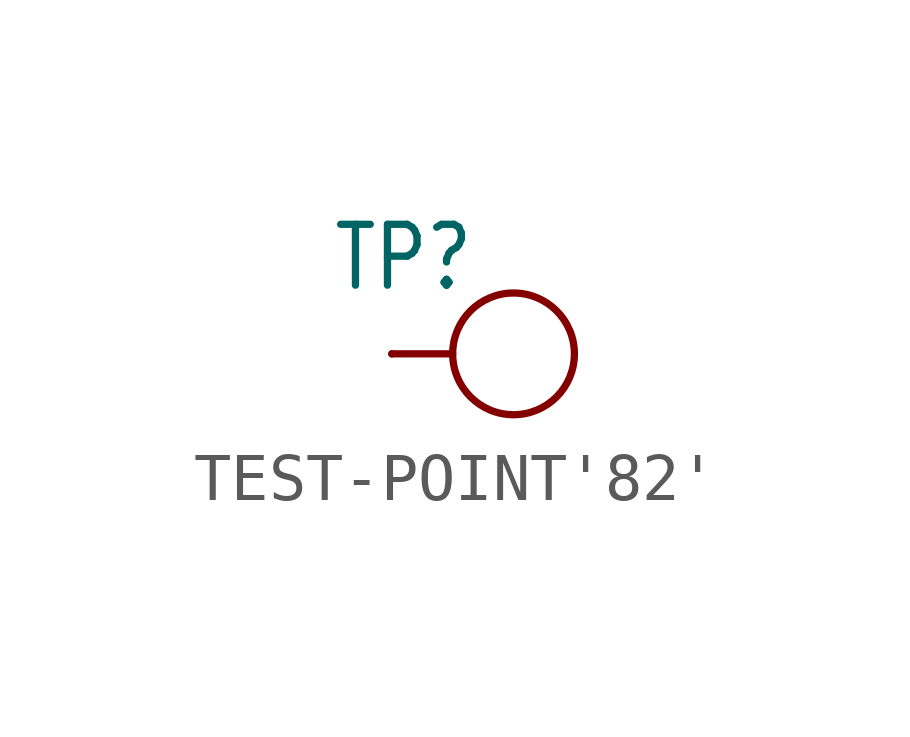
<source format=kicad_sym>
(kicad_symbol_lib
  (version 20220914)
  (generator kicad_symbol_editor)
  (symbol "TEST-POINT'82'"
    (property "Reference" "TP"
      (at -3.81 1.27 0)
      (effects (font (size 1.27 1.079)) (justify left bottom)))
    (property "ki_locked" ""
      (at 0 0 0)
      (effects (font (size 1.27 1.27))))
    (symbol "TEST-POINT'82'_1_0"
      (polyline (pts (xy -2.54 0) (xy -1.27 0)) (stroke (width 0.152) (type solid)) (fill (type none)))
      (circle (center 0 0) (radius 1.27) (stroke (width 0.152) (type solid)) (fill (type none)))
      (pin bidirectional line (at -2.54 0 0) (length 0) (name "T" (effects (font (size 0 0)))) (number "T" (effects (font (size 0 0))))))))
</source>
